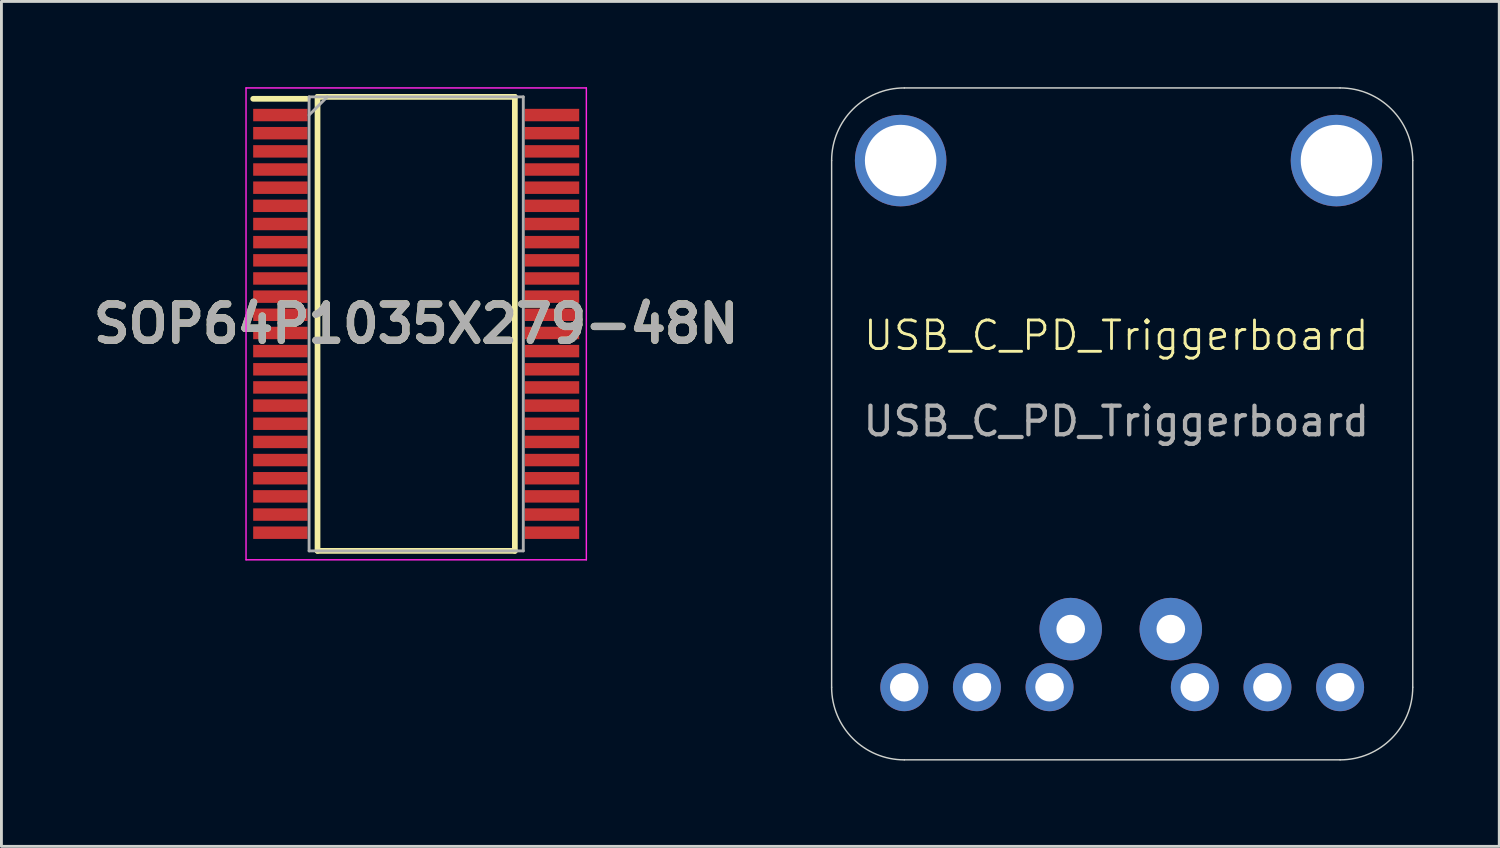
<source format=kicad_pcb>
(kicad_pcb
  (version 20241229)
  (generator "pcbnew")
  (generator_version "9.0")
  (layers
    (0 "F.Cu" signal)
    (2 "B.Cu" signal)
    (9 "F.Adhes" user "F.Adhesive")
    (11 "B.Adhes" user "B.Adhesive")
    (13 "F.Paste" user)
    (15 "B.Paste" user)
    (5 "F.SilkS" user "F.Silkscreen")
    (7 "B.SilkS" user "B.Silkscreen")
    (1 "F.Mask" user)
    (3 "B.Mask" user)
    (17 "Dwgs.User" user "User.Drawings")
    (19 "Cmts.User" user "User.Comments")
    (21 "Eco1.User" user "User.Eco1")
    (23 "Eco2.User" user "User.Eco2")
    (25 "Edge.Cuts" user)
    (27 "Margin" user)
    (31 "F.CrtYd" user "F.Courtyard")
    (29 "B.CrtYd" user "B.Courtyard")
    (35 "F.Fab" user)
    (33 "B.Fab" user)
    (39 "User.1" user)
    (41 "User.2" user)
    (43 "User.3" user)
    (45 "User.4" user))
  (footprint "SOP64P1035X279-48N"
    (layer "F.Cu")
    (at 11.503 8.275)
    (property "Reference" "SOP64P1035X279-48N" (at 0 0 0) (layer "F.SilkS") (effects (font (size 1.27 1.27) (thickness 0.254))))
    (attr smd)
    (fp_line (start -5.7 -7.87) (end -3.8 -7.87) (stroke (width 0.2) (type solid)) (layer "F.SilkS"))
    (fp_line (start -3.45 -7.938) (end 3.45 -7.938) (stroke (width 0.2) (type solid)) (layer "F.SilkS"))
    (fp_line (start -3.45 7.938) (end -3.45 -7.938) (stroke (width 0.2) (type solid)) (layer "F.SilkS"))
    (fp_line (start 3.45 -7.938) (end 3.45 7.938) (stroke (width 0.2) (type solid)) (layer "F.SilkS"))
    (fp_line (start 3.45 7.938) (end -3.45 7.938) (stroke (width 0.2) (type solid)) (layer "F.SilkS"))
    (fp_line (start -5.95 -8.25) (end 5.95 -8.25) (stroke (width 0.05) (type solid)) (layer "F.CrtYd"))
    (fp_line (start -5.95 8.25) (end -5.95 -8.25) (stroke (width 0.05) (type solid)) (layer "F.CrtYd"))
    (fp_line (start 5.95 -8.25) (end 5.95 8.25) (stroke (width 0.05) (type solid)) (layer "F.CrtYd"))
    (fp_line (start 5.95 8.25) (end -5.95 8.25) (stroke (width 0.05) (type solid)) (layer "F.CrtYd"))
    (fp_line (start -3.745 -7.938) (end 3.745 -7.938) (stroke (width 0.1) (type solid)) (layer "F.Fab"))
    (fp_line (start -3.745 -7.302) (end -3.11 -7.938) (stroke (width 0.1) (type solid)) (layer "F.Fab"))
    (fp_line (start -3.745 7.938) (end -3.745 -7.938) (stroke (width 0.1) (type solid)) (layer "F.Fab"))
    (fp_line (start 3.745 -7.938) (end 3.745 7.938) (stroke (width 0.1) (type solid)) (layer "F.Fab"))
    (fp_line (start 3.745 7.938) (end -3.745 7.938) (stroke (width 0.1) (type solid)) (layer "F.Fab"))
    (fp_text user "${REFERENCE}" (at 0 0 0) (layer "F.Fab") (effects (font (size 1.27 1.27) (thickness 0.254))))
    (pad "1" smd rect (at -4.75 -7.302 90) (size 0.435 1.9) (layers "F.Cu" "F.Mask" "F.Paste"))
    (pad "2" smd rect (at -4.75 -6.668 90) (size 0.435 1.9) (layers "F.Cu" "F.Mask" "F.Paste"))
    (pad "3" smd rect (at -4.75 -6.032 90) (size 0.435 1.9) (layers "F.Cu" "F.Mask" "F.Paste"))
    (pad "4" smd rect (at -4.75 -5.398 90) (size 0.435 1.9) (layers "F.Cu" "F.Mask" "F.Paste"))
    (pad "5" smd rect (at -4.75 -4.762 90) (size 0.435 1.9) (layers "F.Cu" "F.Mask" "F.Paste"))
    (pad "6" smd rect (at -4.75 -4.128 90) (size 0.435 1.9) (layers "F.Cu" "F.Mask" "F.Paste"))
    (pad "7" smd rect (at -4.75 -3.492 90) (size 0.435 1.9) (layers "F.Cu" "F.Mask" "F.Paste"))
    (pad "8" smd rect (at -4.75 -2.858 90) (size 0.435 1.9) (layers "F.Cu" "F.Mask" "F.Paste"))
    (pad "9" smd rect (at -4.75 -2.222 90) (size 0.435 1.9) (layers "F.Cu" "F.Mask" "F.Paste"))
    (pad "10" smd rect (at -4.75 -1.588 90) (size 0.435 1.9) (layers "F.Cu" "F.Mask" "F.Paste"))
    (pad "11" smd rect (at -4.75 -0.952 90) (size 0.435 1.9) (layers "F.Cu" "F.Mask" "F.Paste"))
    (pad "12" smd rect (at -4.75 -0.318 90) (size 0.435 1.9) (layers "F.Cu" "F.Mask" "F.Paste"))
    (pad "13" smd rect (at -4.75 0.318 90) (size 0.435 1.9) (layers "F.Cu" "F.Mask" "F.Paste"))
    (pad "14" smd rect (at -4.75 0.952 90) (size 0.435 1.9) (layers "F.Cu" "F.Mask" "F.Paste"))
    (pad "15" smd rect (at -4.75 1.588 90) (size 0.435 1.9) (layers "F.Cu" "F.Mask" "F.Paste"))
    (pad "16" smd rect (at -4.75 2.222 90) (size 0.435 1.9) (layers "F.Cu" "F.Mask" "F.Paste"))
    (pad "17" smd rect (at -4.75 2.858 90) (size 0.435 1.9) (layers "F.Cu" "F.Mask" "F.Paste"))
    (pad "18" smd rect (at -4.75 3.492 90) (size 0.435 1.9) (layers "F.Cu" "F.Mask" "F.Paste"))
    (pad "19" smd rect (at -4.75 4.128 90) (size 0.435 1.9) (layers "F.Cu" "F.Mask" "F.Paste"))
    (pad "20" smd rect (at -4.75 4.762 90) (size 0.435 1.9) (layers "F.Cu" "F.Mask" "F.Paste"))
    (pad "21" smd rect (at -4.75 5.398 90) (size 0.435 1.9) (layers "F.Cu" "F.Mask" "F.Paste"))
    (pad "22" smd rect (at -4.75 6.032 90) (size 0.435 1.9) (layers "F.Cu" "F.Mask" "F.Paste"))
    (pad "23" smd rect (at -4.75 6.668 90) (size 0.435 1.9) (layers "F.Cu" "F.Mask" "F.Paste"))
    (pad "24" smd rect (at -4.75 7.302 90) (size 0.435 1.9) (layers "F.Cu" "F.Mask" "F.Paste"))
    (pad "25" smd rect (at 4.75 7.302 90) (size 0.435 1.9) (layers "F.Cu" "F.Mask" "F.Paste"))
    (pad "26" smd rect (at 4.75 6.668 90) (size 0.435 1.9) (layers "F.Cu" "F.Mask" "F.Paste"))
    (pad "27" smd rect (at 4.75 6.032 90) (size 0.435 1.9) (layers "F.Cu" "F.Mask" "F.Paste"))
    (pad "28" smd rect (at 4.75 5.398 90) (size 0.435 1.9) (layers "F.Cu" "F.Mask" "F.Paste"))
    (pad "29" smd rect (at 4.75 4.762 90) (size 0.435 1.9) (layers "F.Cu" "F.Mask" "F.Paste"))
    (pad "30" smd rect (at 4.75 4.128 90) (size 0.435 1.9) (layers "F.Cu" "F.Mask" "F.Paste"))
    (pad "31" smd rect (at 4.75 3.492 90) (size 0.435 1.9) (layers "F.Cu" "F.Mask" "F.Paste"))
    (pad "32" smd rect (at 4.75 2.858 90) (size 0.435 1.9) (layers "F.Cu" "F.Mask" "F.Paste"))
    (pad "33" smd rect (at 4.75 2.222 90) (size 0.435 1.9) (layers "F.Cu" "F.Mask" "F.Paste"))
    (pad "34" smd rect (at 4.75 1.588 90) (size 0.435 1.9) (layers "F.Cu" "F.Mask" "F.Paste"))
    (pad "35" smd rect (at 4.75 0.952 90) (size 0.435 1.9) (layers "F.Cu" "F.Mask" "F.Paste"))
    (pad "36" smd rect (at 4.75 0.318 90) (size 0.435 1.9) (layers "F.Cu" "F.Mask" "F.Paste"))
    (pad "37" smd rect (at 4.75 -0.318 90) (size 0.435 1.9) (layers "F.Cu" "F.Mask" "F.Paste"))
    (pad "38" smd rect (at 4.75 -0.952 90) (size 0.435 1.9) (layers "F.Cu" "F.Mask" "F.Paste"))
    (pad "39" smd rect (at 4.75 -1.588 90) (size 0.435 1.9) (layers "F.Cu" "F.Mask" "F.Paste"))
    (pad "40" smd rect (at 4.75 -2.222 90) (size 0.435 1.9) (layers "F.Cu" "F.Mask" "F.Paste"))
    (pad "41" smd rect (at 4.75 -2.858 90) (size 0.435 1.9) (layers "F.Cu" "F.Mask" "F.Paste"))
    (pad "42" smd rect (at 4.75 -3.492 90) (size 0.435 1.9) (layers "F.Cu" "F.Mask" "F.Paste"))
    (pad "43" smd rect (at 4.75 -4.128 90) (size 0.435 1.9) (layers "F.Cu" "F.Mask" "F.Paste"))
    (pad "44" smd rect (at 4.75 -4.762 90) (size 0.435 1.9) (layers "F.Cu" "F.Mask" "F.Paste"))
    (pad "45" smd rect (at 4.75 -5.398 90) (size 0.435 1.9) (layers "F.Cu" "F.Mask" "F.Paste"))
    (pad "46" smd rect (at 4.75 -6.032 90) (size 0.435 1.9) (layers "F.Cu" "F.Mask" "F.Paste"))
    (pad "47" smd rect (at 4.75 -6.668 90) (size 0.435 1.9) (layers "F.Cu" "F.Mask" "F.Paste"))
    (pad "48" smd rect (at 4.75 -7.302 90) (size 0.435 1.9) (layers "F.Cu" "F.Mask" "F.Paste")))
  (footprint "USB_C_PD_Triggerboard"
    (layer "F.Cu")
    (at 35.983 9.981)
    (property "Reference" "USB_C_PD_Triggerboard" (at 0 -1.3 0) (unlocked yes) (layer "F.SilkS") (effects (font (size 1 1) (thickness 0.1))))
    (attr smd)
    (fp_line (start -9.953 10.999) (end -9.953 -7.416) (stroke (width 0.05) (type solid)) (layer "Edge.Cuts"))
    (fp_line (start -7.413 -9.956) (end 7.827 -9.956) (stroke (width 0.05) (type solid)) (layer "Edge.Cuts"))
    (fp_line (start 7.827 13.539) (end -7.413 13.539) (stroke (width 0.05) (type solid)) (layer "Edge.Cuts"))
    (fp_line (start 10.367 -7.416) (end 10.367 10.999) (stroke (width 0.05) (type solid)) (layer "Edge.Cuts"))
    (fp_arc (start -9.953 -7.416) (mid -9.209051 -9.212051) (end -7.413 -9.956) (stroke (width 0.05) (type solid)) (layer "Edge.Cuts"))
    (fp_arc (start -7.413 13.539) (mid -9.209051 12.795051) (end -9.953 10.999) (stroke (width 0.05) (type solid)) (layer "Edge.Cuts"))
    (fp_arc (start 7.827 -9.956) (mid 9.623051 -9.212051) (end 10.367 -7.416) (stroke (width 0.05) (type solid)) (layer "Edge.Cuts"))
    (fp_arc (start 10.367 10.999) (mid 9.623051 12.795051) (end 7.827 13.539) (stroke (width 0.05) (type solid)) (layer "Edge.Cuts"))
    (fp_text user "${REFERENCE}" (at 0 1.7 0) (unlocked yes) (layer "F.Fab") (effects (font (size 1 1) (thickness 0.15))))
    (pad "1" thru_hole circle (at -2.333 10.999 270) (size 1.676 1.676) (drill 1) (layers "*.Cu" "*.Mask"))
    (pad "1" thru_hole circle (at -1.593 8.967 180) (size 2.184 2.184) (drill 1) (layers "*.Cu" "*.Mask"))
    (pad "2" thru_hole circle (at -4.873 10.999 270) (size 1.676 1.676) (drill 1) (layers "*.Cu" "*.Mask"))
    (pad "3" thru_hole circle (at -7.413 10.999 270) (size 1.676 1.676) (drill 1) (layers "*.Cu" "*.Mask"))
    (pad "4" thru_hole circle (at -7.54 -7.416 180) (size 3.2 3.2) (drill 2.5) (layers "*.Cu" "*.Mask"))
    (pad "4" thru_hole circle (at 1.907 8.967 180) (size 2.184 2.184) (drill 1) (layers "*.Cu" "*.Mask"))
    (pad "4" thru_hole circle (at 2.747 10.999 90) (size 1.676 1.676) (drill 1) (layers "*.Cu" "*.Mask"))
    (pad "4" thru_hole circle (at 7.7 -7.416 180) (size 3.2 3.2) (drill 2.5) (layers "*.Cu" "*.Mask"))
    (pad "5" thru_hole circle (at 5.287 10.999 90) (size 1.676 1.676) (drill 1) (layers "*.Cu" "*.Mask"))
    (pad "6" thru_hole circle (at 7.827 10.999 90) (size 1.676 1.676) (drill 1) (layers "*.Cu" "*.Mask"))
    (zone (net_name "") (layer "F.Cu") (hatch edge 0.5) (connect_pads) (min_thickness 0.25) (filled_areas_thickness no) (keepout (tracks not_allowed) (vias not_allowed) (pads not_allowed) (copperpour not_allowed) (footprints allowed)) (placement (enabled no)) (fill) (polygon (pts (xy 26.427 2.565) (xy 26.447 2.846) (xy 26.505 3.121) (xy 26.601 3.385) (xy 26.733 3.633) (xy 26.899 3.861) (xy 27.094 4.063) (xy 27.316 4.236) (xy 27.559 4.377) (xy 27.82 4.482) (xy 28.093 4.55) (xy 28.373 4.58) (xy 28.654 4.57) (xy 28.931 4.521) (xy 29.198 4.434) (xy 29.451 4.311) (xy 29.684 4.154) (xy 29.893 3.965) (xy 30.074 3.75) (xy 30.223 3.511) (xy 30.338 3.255) (xy 30.415 2.984) (xy 30.454 2.706) (xy 30.454 2.424) (xy 30.415 2.146) (xy 30.338 1.875) (xy 30.223 1.619) (xy 30.074 1.38) (xy 29.893 1.165) (xy 29.684 0.976) (xy 29.451 0.819) (xy 29.198 0.696) (xy 28.931 0.609) (xy 28.654 0.56) (xy 28.373 0.55) (xy 28.093 0.58) (xy 27.82 0.648) (xy 27.559 0.753) (xy 27.316 0.894) (xy 27.094 1.067) (xy 26.899 1.269) (xy 26.733 1.497) (xy 26.601 1.745) (xy 26.505 2.009) (xy 26.447 2.284))) (polygon (pts (xy 28.459 2.565) (xy 28.454 2.554) (xy 28.443 2.549) (xy 28.432 2.554) (xy 28.427 2.565) (xy 28.432 2.576) (xy 28.443 2.581) (xy 28.454 2.576))))
    (zone (net_name "") (layer "F.Cu") (hatch edge 0.5) (connect_pads) (min_thickness 0.25) (filled_areas_thickness no) (keepout (tracks not_allowed) (vias not_allowed) (pads not_allowed) (copperpour not_allowed) (footprints allowed)) (placement (enabled no)) (fill) (polygon (pts (xy 41.667 2.565) (xy 41.687 2.846) (xy 41.745 3.121) (xy 41.841 3.385) (xy 41.973 3.633) (xy 42.139 3.861) (xy 42.334 4.063) (xy 42.556 4.236) (xy 42.799 4.377) (xy 43.06 4.482) (xy 43.333 4.55) (xy 43.613 4.58) (xy 43.894 4.57) (xy 44.171 4.521) (xy 44.438 4.434) (xy 44.691 4.311) (xy 44.924 4.154) (xy 45.133 3.965) (xy 45.314 3.75) (xy 45.463 3.511) (xy 45.578 3.255) (xy 45.655 2.984) (xy 45.694 2.706) (xy 45.694 2.424) (xy 45.655 2.146) (xy 45.578 1.875) (xy 45.463 1.619) (xy 45.314 1.38) (xy 45.133 1.165) (xy 44.924 0.976) (xy 44.691 0.819) (xy 44.438 0.696) (xy 44.171 0.609) (xy 43.894 0.56) (xy 43.613 0.55) (xy 43.333 0.58) (xy 43.06 0.648) (xy 42.799 0.753) (xy 42.556 0.894) (xy 42.334 1.067) (xy 42.139 1.269) (xy 41.973 1.497) (xy 41.841 1.745) (xy 41.745 2.009) (xy 41.687 2.284))) (polygon (pts (xy 43.699 2.565) (xy 43.694 2.554) (xy 43.683 2.549) (xy 43.672 2.554) (xy 43.667 2.565) (xy 43.672 2.576) (xy 43.683 2.581) (xy 43.694 2.576))))
    (zone (net_name "") (layer "B.Cu") (hatch edge 0.5) (connect_pads) (min_thickness 0.25) (filled_areas_thickness no) (keepout (tracks not_allowed) (vias not_allowed) (pads not_allowed) (copperpour not_allowed) (footprints allowed)) (placement (enabled no)) (fill) (polygon (pts (xy 26.427 2.565) (xy 26.447 2.846) (xy 26.505 3.121) (xy 26.601 3.385) (xy 26.733 3.633) (xy 26.899 3.861) (xy 27.094 4.063) (xy 27.316 4.236) (xy 27.559 4.377) (xy 27.82 4.482) (xy 28.093 4.55) (xy 28.373 4.58) (xy 28.654 4.57) (xy 28.931 4.521) (xy 29.198 4.434) (xy 29.451 4.311) (xy 29.684 4.154) (xy 29.893 3.965) (xy 30.074 3.75) (xy 30.223 3.511) (xy 30.338 3.255) (xy 30.415 2.984) (xy 30.454 2.706) (xy 30.454 2.424) (xy 30.415 2.146) (xy 30.338 1.875) (xy 30.223 1.619) (xy 30.074 1.38) (xy 29.893 1.165) (xy 29.684 0.976) (xy 29.451 0.819) (xy 29.198 0.696) (xy 28.931 0.609) (xy 28.654 0.56) (xy 28.373 0.55) (xy 28.093 0.58) (xy 27.82 0.648) (xy 27.559 0.753) (xy 27.316 0.894) (xy 27.094 1.067) (xy 26.899 1.269) (xy 26.733 1.497) (xy 26.601 1.745) (xy 26.505 2.009) (xy 26.447 2.284))) (polygon (pts (xy 28.459 2.565) (xy 28.454 2.554) (xy 28.443 2.549) (xy 28.432 2.554) (xy 28.427 2.565) (xy 28.432 2.576) (xy 28.443 2.581) (xy 28.454 2.576))))
    (zone (net_name "") (layer "B.Cu") (hatch edge 0.5) (connect_pads) (min_thickness 0.25) (filled_areas_thickness no) (keepout (tracks not_allowed) (vias not_allowed) (pads not_allowed) (copperpour not_allowed) (footprints allowed)) (placement (enabled no)) (fill) (polygon (pts (xy 41.667 2.565) (xy 41.687 2.846) (xy 41.745 3.121) (xy 41.841 3.385) (xy 41.973 3.633) (xy 42.139 3.861) (xy 42.334 4.063) (xy 42.556 4.236) (xy 42.799 4.377) (xy 43.06 4.482) (xy 43.333 4.55) (xy 43.613 4.58) (xy 43.894 4.57) (xy 44.171 4.521) (xy 44.438 4.434) (xy 44.691 4.311) (xy 44.924 4.154) (xy 45.133 3.965) (xy 45.314 3.75) (xy 45.463 3.511) (xy 45.578 3.255) (xy 45.655 2.984) (xy 45.694 2.706) (xy 45.694 2.424) (xy 45.655 2.146) (xy 45.578 1.875) (xy 45.463 1.619) (xy 45.314 1.38) (xy 45.133 1.165) (xy 44.924 0.976) (xy 44.691 0.819) (xy 44.438 0.696) (xy 44.171 0.609) (xy 43.894 0.56) (xy 43.613 0.55) (xy 43.333 0.58) (xy 43.06 0.648) (xy 42.799 0.753) (xy 42.556 0.894) (xy 42.334 1.067) (xy 42.139 1.269) (xy 41.973 1.497) (xy 41.841 1.745) (xy 41.745 2.009) (xy 41.687 2.284))) (polygon (pts (xy 43.699 2.565) (xy 43.694 2.554) (xy 43.683 2.549) (xy 43.672 2.554) (xy 43.667 2.565) (xy 43.672 2.576) (xy 43.683 2.581) (xy 43.694 2.576)))))
  (gr_rect
    (start -3 -3)
    (end 49.375 26.545)
    (stroke (width 0.1) (type default))
    (fill no)
    (layer "Edge.Cuts")))
</source>
